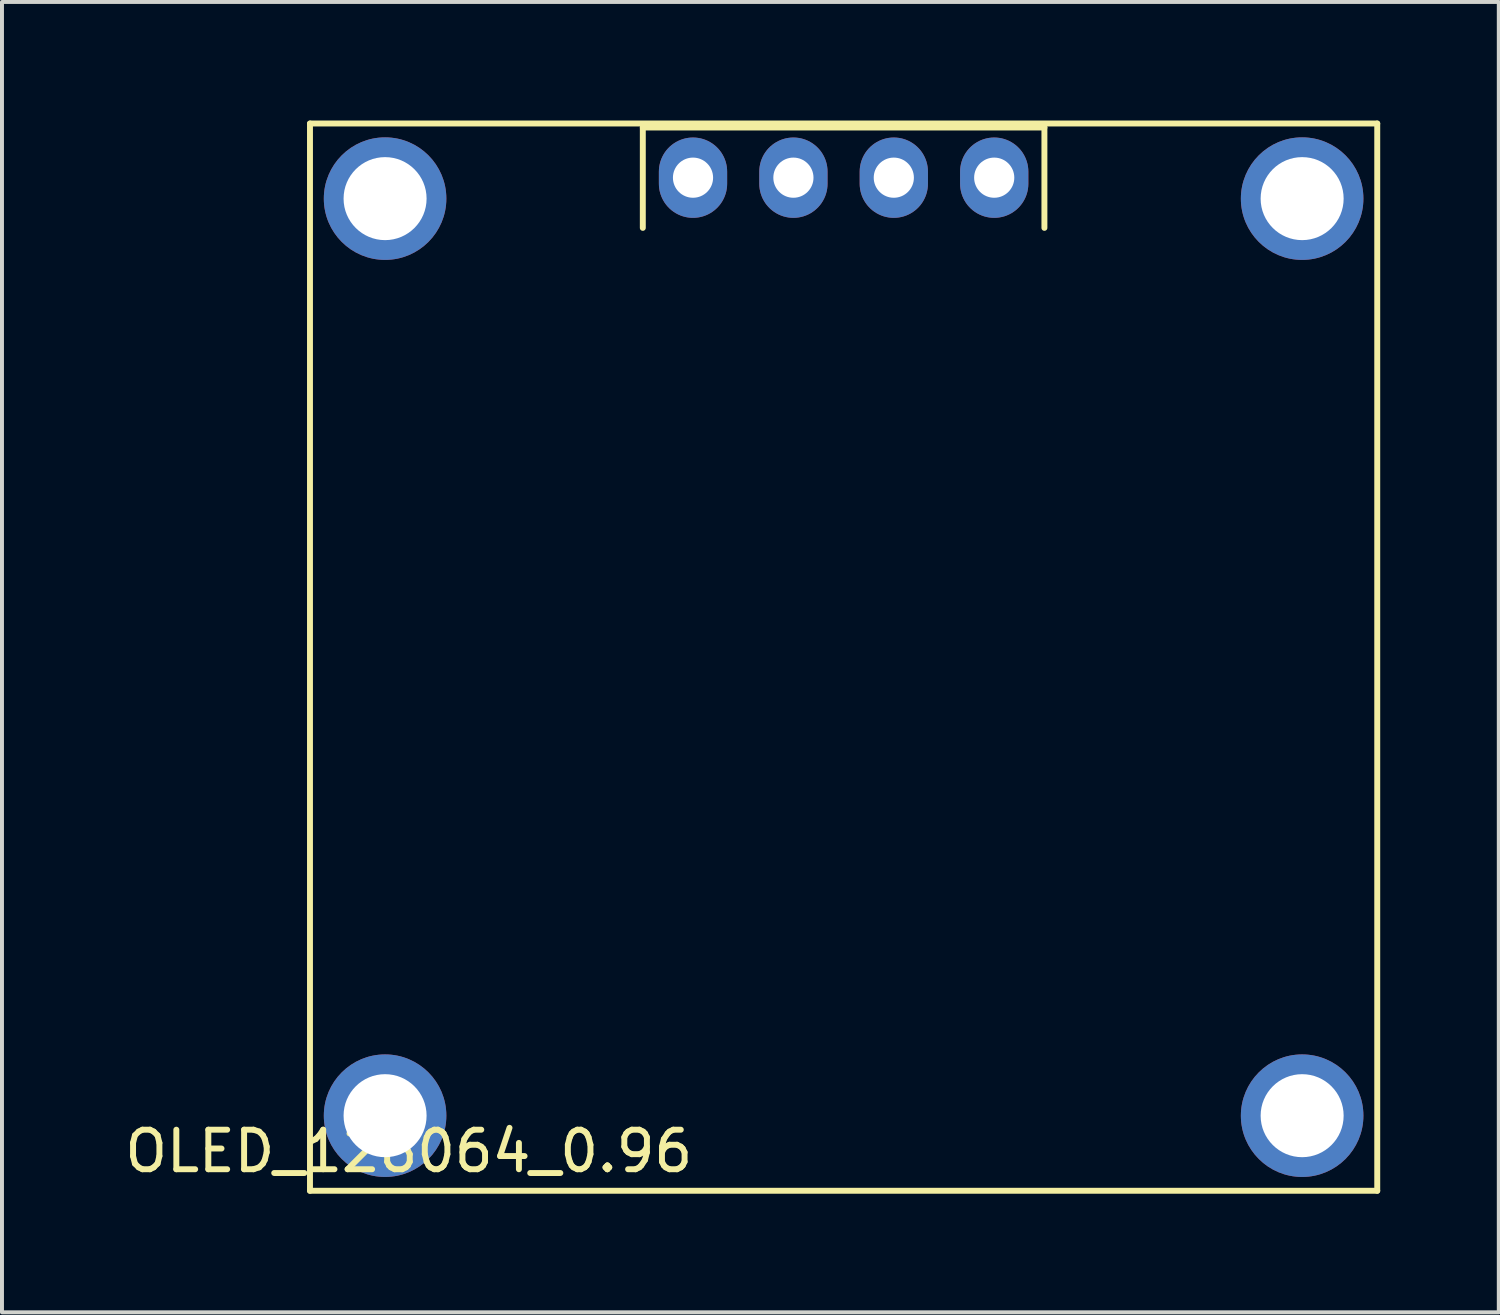
<source format=kicad_pcb>
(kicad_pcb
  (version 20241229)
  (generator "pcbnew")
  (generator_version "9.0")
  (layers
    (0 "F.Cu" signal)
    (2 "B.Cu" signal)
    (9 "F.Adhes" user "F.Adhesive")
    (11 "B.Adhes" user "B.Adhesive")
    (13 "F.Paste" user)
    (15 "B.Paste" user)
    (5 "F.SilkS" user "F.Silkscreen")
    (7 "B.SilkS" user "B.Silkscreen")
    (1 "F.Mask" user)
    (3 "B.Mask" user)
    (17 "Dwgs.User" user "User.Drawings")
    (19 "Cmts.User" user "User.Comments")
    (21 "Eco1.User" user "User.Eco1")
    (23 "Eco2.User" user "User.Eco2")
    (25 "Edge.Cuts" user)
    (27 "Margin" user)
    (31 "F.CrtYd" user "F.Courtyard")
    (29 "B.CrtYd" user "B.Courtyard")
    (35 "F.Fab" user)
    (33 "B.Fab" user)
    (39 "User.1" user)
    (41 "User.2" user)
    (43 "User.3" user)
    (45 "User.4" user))
  (footprint "OLED_128064_0.96"
    (layer "F.Cu")
    (at 18.292 13.575)
    (property "Reference" "OLED_128064_0.96" (at -11 12.5 0) (layer "F.SilkS") (effects (font (size 1 1) (thickness 0.15))))
    (attr through_hole)
    (fp_line (start -13.5 -13.5) (end 13.5 -13.5) (stroke (width 0.15) (type solid)) (layer "F.SilkS"))
    (fp_line (start -13.5 13.5) (end -13.5 -13.5) (stroke (width 0.15) (type solid)) (layer "F.SilkS"))
    (fp_line (start -5.08 -13.4) (end -5.08 -10.86) (stroke (width 0.15) (type solid)) (layer "F.SilkS"))
    (fp_line (start -5.08 -13.4) (end 5.08 -13.4) (stroke (width 0.15) (type solid)) (layer "F.SilkS"))
    (fp_line (start 5.08 -13.4) (end 5.08 -10.86) (stroke (width 0.15) (type solid)) (layer "F.SilkS"))
    (fp_line (start 13.5 -13.5) (end 13.5 13.5) (stroke (width 0.15) (type solid)) (layer "F.SilkS"))
    (fp_line (start 13.5 13.5) (end -13.5 13.5) (stroke (width 0.15) (type solid)) (layer "F.SilkS"))
    (pad "" thru_hole circle (at -11.6 -11.6) (size 3.1 3.1) (drill 2.1) (layers "*.Cu" "*.Mask"))
    (pad "" thru_hole circle (at -11.6 11.6) (size 3.1 3.1) (drill 2.1) (layers "*.Cu" "*.Mask"))
    (pad "" thru_hole circle (at 11.6 -11.6) (size 3.1 3.1) (drill 2.1) (layers "*.Cu" "*.Mask"))
    (pad "" thru_hole circle (at 11.6 11.6) (size 3.1 3.1) (drill 2.1) (layers "*.Cu" "*.Mask"))
    (pad "1" thru_hole oval (at -3.81 -12.13 90) (size 2.032 1.727) (drill 1.016) (layers "*.Cu" "*.Mask"))
    (pad "2" thru_hole oval (at -1.27 -12.13 90) (size 2.032 1.727) (drill 1.016) (layers "*.Cu" "*.Mask"))
    (pad "3" thru_hole oval (at 1.27 -12.13 90) (size 2.032 1.727) (drill 1.016) (layers "*.Cu" "*.Mask"))
    (pad "4" thru_hole oval (at 3.81 -12.13 90) (size 2.032 1.727) (drill 1.016) (layers "*.Cu" "*.Mask")))
  (gr_rect
    (start -3 -3)
    (end 34.867 30.15)
    (stroke (width 0.1) (type default))
    (fill no)
    (layer "Edge.Cuts")))
</source>
